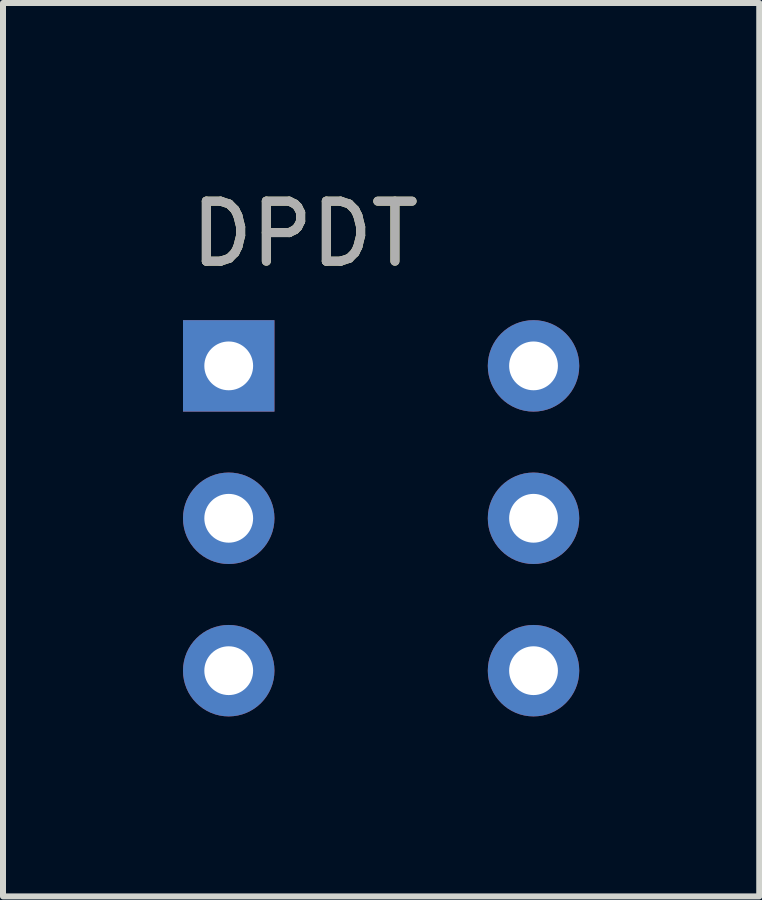
<source format=kicad_pcb>
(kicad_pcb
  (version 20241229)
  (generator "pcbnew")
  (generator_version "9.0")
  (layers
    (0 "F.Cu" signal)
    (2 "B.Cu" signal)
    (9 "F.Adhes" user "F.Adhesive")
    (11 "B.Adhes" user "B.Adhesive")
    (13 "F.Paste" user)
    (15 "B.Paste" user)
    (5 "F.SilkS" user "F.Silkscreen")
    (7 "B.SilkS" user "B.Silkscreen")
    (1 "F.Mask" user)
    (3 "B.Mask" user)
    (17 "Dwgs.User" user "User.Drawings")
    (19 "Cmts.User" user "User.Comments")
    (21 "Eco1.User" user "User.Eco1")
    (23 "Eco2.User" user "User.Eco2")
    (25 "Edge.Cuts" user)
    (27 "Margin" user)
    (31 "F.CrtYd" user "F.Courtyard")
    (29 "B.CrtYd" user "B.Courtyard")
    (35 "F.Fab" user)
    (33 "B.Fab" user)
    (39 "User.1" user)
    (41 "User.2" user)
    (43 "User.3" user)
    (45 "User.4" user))
  (footprint "DPDT"
    (layer "F.Cu")
    (at 0.762 3.048)
    (property "Reference" "DPDT" (at 1.27 -2.2 0) (layer "F.SilkS") (effects (font (size 1 1) (thickness 0.15))))
    (attr through_hole)
    (fp_text user "${REFERENCE}" (at 1.27 -2.2 0) (layer "F.Fab") (effects (font (size 1 1) (thickness 0.15))))
    (pad "1" thru_hole rect (at 0 0) (size 1.524 1.524) (drill 0.813) (layers "*.Cu" "*.Mask"))
    (pad "2" thru_hole circle (at 0 2.54) (size 1.524 1.524) (drill 0.813) (layers "*.Cu" "*.Mask"))
    (pad "3" thru_hole circle (at 0 5.08) (size 1.524 1.524) (drill 0.813) (layers "*.Cu" "*.Mask"))
    (pad "4" thru_hole circle (at 5.08 5.08) (size 1.524 1.524) (drill 0.813) (layers "*.Cu" "*.Mask"))
    (pad "5" thru_hole circle (at 5.08 2.54) (size 1.524 1.524) (drill 0.813) (layers "*.Cu" "*.Mask"))
    (pad "6" thru_hole circle (at 5.08 0) (size 1.524 1.524) (drill 0.813) (layers "*.Cu" "*.Mask")))
  (gr_rect
    (start -3 -3)
    (end 9.604 11.89)
    (stroke (width 0.1) (type default))
    (fill no)
    (layer "Edge.Cuts")))
</source>
